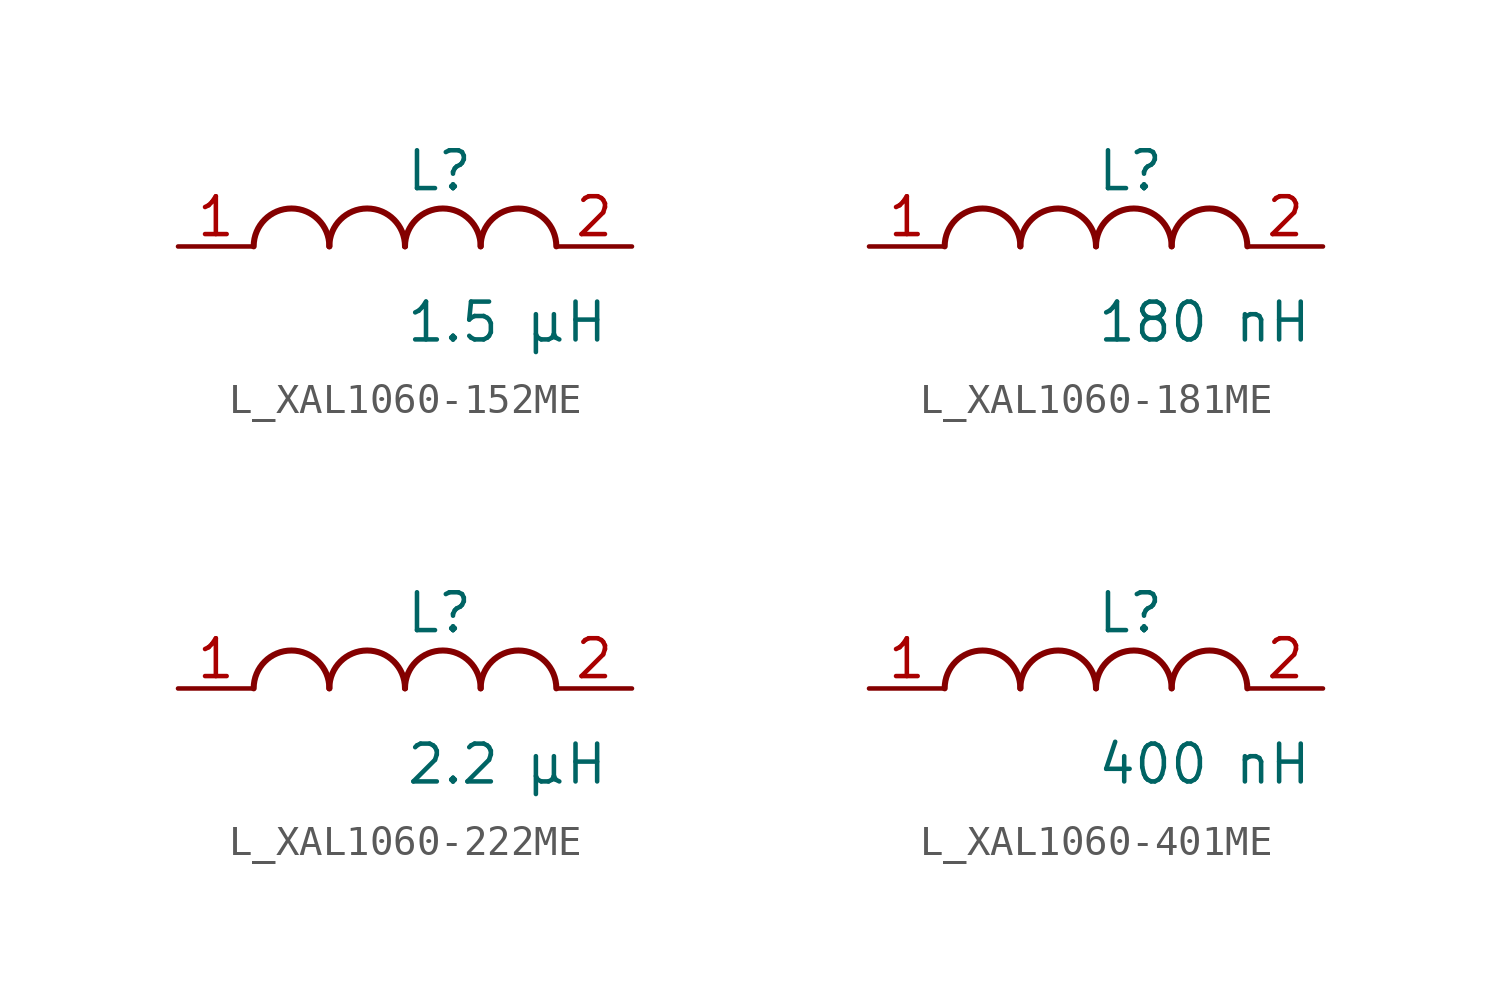
<source format=kicad_sym>
(kicad_symbol_lib
  (version 20231120)
  (generator kicad_symbol_editor)
  (generator_version 8.0)
  (symbol "L_XAL1060-152ME"
    (pin_names
      (offset 0.254))
    (property "Reference" "L"
      (at 0 2.54 0)
      (effects (font (size 1.27 1.27)) (justify left)))
    (property "Value" "1.5 µH"
      (at 0 -2.54 0)
      (effects (font (size 1.27 1.27)) (justify left)))
    (symbol "L_XAL1060-152ME_1_1"
      (arc (start -2.54 0.0056) (mid -3.81 1.27) (end -5.08 0.0056) (stroke (width 0.2032) (type default)) (fill (type none)))
      (arc (start 0 0.0056) (mid -1.27 1.27) (end -2.54 0.0056) (stroke (width 0.2032) (type default)) (fill (type none)))
      (arc (start 2.54 0.0056) (mid 1.27 1.27) (end 0 0.0056) (stroke (width 0.2032) (type default)) (fill (type none)))
      (arc (start 5.08 0.0056) (mid 3.81 1.27) (end 2.54 0.0056) (stroke (width 0.2032) (type default)) (fill (type none)))
      (pin unspecified line (at -7.62 0 0) (length 2.54) (name "" (effects (font (size 1.27 1.27)))) (number "1" (effects (font (size 1.27 1.27)))))
      (pin unspecified line (at 7.62 0 180) (length 2.54) (name "" (effects (font (size 1.27 1.27)))) (number "2" (effects (font (size 1.27 1.27)))))))
  (symbol "L_XAL1060-181ME"
    (pin_names
      (offset 0.254))
    (property "Reference" "L"
      (at 0 2.54 0)
      (effects (font (size 1.27 1.27)) (justify left)))
    (property "Value" "180 nH"
      (at 0 -2.54 0)
      (effects (font (size 1.27 1.27)) (justify left)))
    (symbol "L_XAL1060-181ME_1_1"
      (arc (start -2.54 0.0056) (mid -3.81 1.27) (end -5.08 0.0056) (stroke (width 0.2032) (type default)) (fill (type none)))
      (arc (start 0 0.0056) (mid -1.27 1.27) (end -2.54 0.0056) (stroke (width 0.2032) (type default)) (fill (type none)))
      (arc (start 2.54 0.0056) (mid 1.27 1.27) (end 0 0.0056) (stroke (width 0.2032) (type default)) (fill (type none)))
      (arc (start 5.08 0.0056) (mid 3.81 1.27) (end 2.54 0.0056) (stroke (width 0.2032) (type default)) (fill (type none)))
      (pin unspecified line (at -7.62 0 0) (length 2.54) (name "" (effects (font (size 1.27 1.27)))) (number "1" (effects (font (size 1.27 1.27)))))
      (pin unspecified line (at 7.62 0 180) (length 2.54) (name "" (effects (font (size 1.27 1.27)))) (number "2" (effects (font (size 1.27 1.27)))))))
  (symbol "L_XAL1060-222ME"
    (pin_names
      (offset 0.254))
    (property "Reference" "L"
      (at 0 2.54 0)
      (effects (font (size 1.27 1.27)) (justify left)))
    (property "Value" "2.2 µH"
      (at 0 -2.54 0)
      (effects (font (size 1.27 1.27)) (justify left)))
    (symbol "L_XAL1060-222ME_1_1"
      (arc (start -2.54 0.0056) (mid -3.81 1.27) (end -5.08 0.0056) (stroke (width 0.2032) (type default)) (fill (type none)))
      (arc (start 0 0.0056) (mid -1.27 1.27) (end -2.54 0.0056) (stroke (width 0.2032) (type default)) (fill (type none)))
      (arc (start 2.54 0.0056) (mid 1.27 1.27) (end 0 0.0056) (stroke (width 0.2032) (type default)) (fill (type none)))
      (arc (start 5.08 0.0056) (mid 3.81 1.27) (end 2.54 0.0056) (stroke (width 0.2032) (type default)) (fill (type none)))
      (pin unspecified line (at -7.62 0 0) (length 2.54) (name "" (effects (font (size 1.27 1.27)))) (number "1" (effects (font (size 1.27 1.27)))))
      (pin unspecified line (at 7.62 0 180) (length 2.54) (name "" (effects (font (size 1.27 1.27)))) (number "2" (effects (font (size 1.27 1.27)))))))
  (symbol "L_XAL1060-401ME"
    (pin_names
      (offset 0.254))
    (property "Reference" "L"
      (at 0 2.54 0)
      (effects (font (size 1.27 1.27)) (justify left)))
    (property "Value" "400 nH"
      (at 0 -2.54 0)
      (effects (font (size 1.27 1.27)) (justify left)))
    (symbol "L_XAL1060-401ME_1_1"
      (arc (start -2.54 0.0056) (mid -3.81 1.27) (end -5.08 0.0056) (stroke (width 0.2032) (type default)) (fill (type none)))
      (arc (start 0 0.0056) (mid -1.27 1.27) (end -2.54 0.0056) (stroke (width 0.2032) (type default)) (fill (type none)))
      (arc (start 2.54 0.0056) (mid 1.27 1.27) (end 0 0.0056) (stroke (width 0.2032) (type default)) (fill (type none)))
      (arc (start 5.08 0.0056) (mid 3.81 1.27) (end 2.54 0.0056) (stroke (width 0.2032) (type default)) (fill (type none)))
      (pin unspecified line (at -7.62 0 0) (length 2.54) (name "" (effects (font (size 1.27 1.27)))) (number "1" (effects (font (size 1.27 1.27)))))
      (pin unspecified line (at 7.62 0 180) (length 2.54) (name "" (effects (font (size 1.27 1.27)))) (number "2" (effects (font (size 1.27 1.27))))))))
</source>
